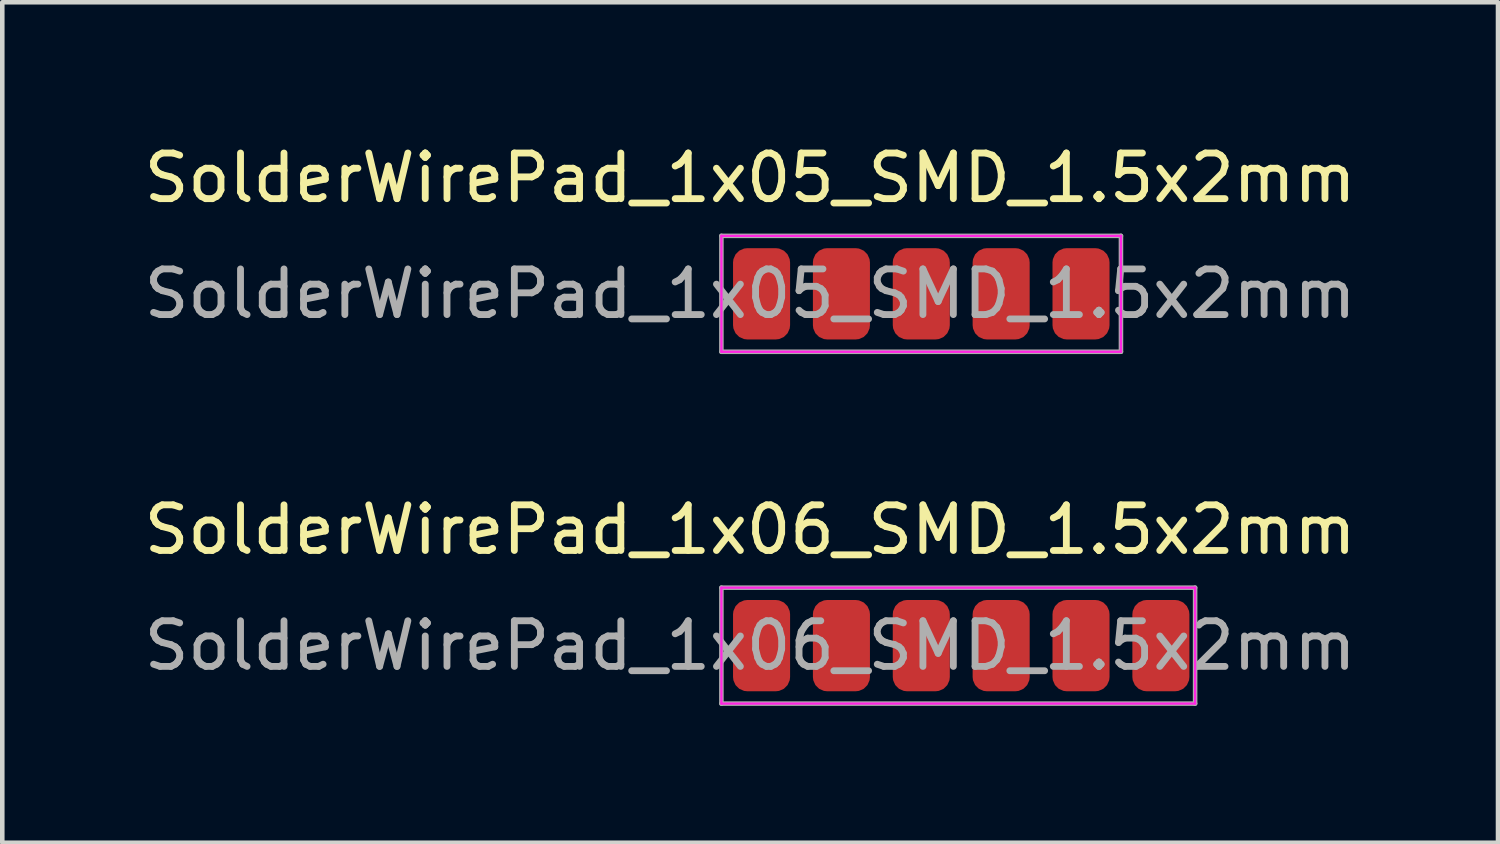
<source format=kicad_pcb>
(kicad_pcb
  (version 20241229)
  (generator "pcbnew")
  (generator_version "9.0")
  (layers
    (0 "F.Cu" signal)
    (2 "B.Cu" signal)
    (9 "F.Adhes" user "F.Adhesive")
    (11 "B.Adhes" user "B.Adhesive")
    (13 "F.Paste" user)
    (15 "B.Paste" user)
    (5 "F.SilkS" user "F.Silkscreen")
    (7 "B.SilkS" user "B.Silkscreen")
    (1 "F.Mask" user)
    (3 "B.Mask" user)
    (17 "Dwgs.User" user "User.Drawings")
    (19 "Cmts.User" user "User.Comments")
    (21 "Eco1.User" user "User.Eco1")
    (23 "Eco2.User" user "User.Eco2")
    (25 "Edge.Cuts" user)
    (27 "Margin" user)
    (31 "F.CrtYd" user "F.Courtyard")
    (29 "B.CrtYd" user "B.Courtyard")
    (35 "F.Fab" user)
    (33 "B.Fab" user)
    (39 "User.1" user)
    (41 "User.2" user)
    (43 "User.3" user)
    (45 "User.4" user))
  (footprint "SolderWirePad_1x06_SMD_1.5x2mm"
    (layer "F.Cu")
    (at 13.387 11.097)
    (property "Reference" "SolderWirePad_1x06_SMD_1.5x2mm" (at 0 -2.54 0) (layer "F.SilkS") (effects (font (size 1 1) (thickness 0.15))))
    (attr exclude_from_pos_files exclude_from_bom)
    (fp_line (start -0.63 -1.27) (end -0.63 1.27) (stroke (width 0.05) (type solid)) (layer "F.CrtYd"))
    (fp_line (start -0.63 1.27) (end 9.75 1.27) (stroke (width 0.05) (type solid)) (layer "F.CrtYd"))
    (fp_line (start 9.75 -1.27) (end -0.63 -1.27) (stroke (width 0.05) (type solid)) (layer "F.CrtYd"))
    (fp_line (start 9.75 1.27) (end 9.75 -1.27) (stroke (width 0.05) (type solid)) (layer "F.CrtYd"))
    (fp_line (start -0.63 -1.27) (end 9.75 -1.27) (stroke (width 0.1) (type solid)) (layer "F.Fab"))
    (fp_line (start -0.63 1.27) (end -0.63 -1.27) (stroke (width 0.1) (type solid)) (layer "F.Fab"))
    (fp_line (start 9.75 -1.27) (end 9.75 1.27) (stroke (width 0.1) (type solid)) (layer "F.Fab"))
    (fp_line (start 9.75 1.27) (end -0.63 1.27) (stroke (width 0.1) (type solid)) (layer "F.Fab"))
    (fp_text user "${REFERENCE}" (at 0 0 0) (layer "F.Fab") (effects (font (size 1 1) (thickness 0.15))))
    (pad "1" smd roundrect (at 0.25 0) (size 1.25 2) (layers "F.Cu" "F.Mask" "F.Paste") (roundrect_rratio 0.25))
    (pad "2" smd roundrect (at 2 0) (size 1.25 2) (layers "F.Cu" "F.Mask" "F.Paste") (roundrect_rratio 0.25))
    (pad "3" smd roundrect (at 3.75 0) (size 1.25 2) (layers "F.Cu" "F.Mask" "F.Paste") (roundrect_rratio 0.25))
    (pad "4" smd roundrect (at 5.5 0) (size 1.25 2) (layers "F.Cu" "F.Mask" "F.Paste") (roundrect_rratio 0.25))
    (pad "5" smd roundrect (at 7.25 0) (size 1.25 2) (layers "F.Cu" "F.Mask" "F.Paste") (roundrect_rratio 0.25))
    (pad "6" smd roundrect (at 9 0) (size 1.25 2) (layers "F.Cu" "F.Mask" "F.Paste") (roundrect_rratio 0.25)))
  (footprint "SolderWirePad_1x05_SMD_1.5x2mm"
    (layer "F.Cu")
    (at 13.387 3.388)
    (property "Reference" "SolderWirePad_1x05_SMD_1.5x2mm" (at 0 -2.54 0) (layer "F.SilkS") (effects (font (size 1 1) (thickness 0.15))))
    (attr exclude_from_pos_files exclude_from_bom)
    (fp_line (start -0.63 -1.27) (end -0.63 1.27) (stroke (width 0.05) (type solid)) (layer "F.CrtYd"))
    (fp_line (start -0.63 1.27) (end 8.125 1.27) (stroke (width 0.05) (type solid)) (layer "F.CrtYd"))
    (fp_line (start 8.125 -1.27) (end -0.63 -1.27) (stroke (width 0.05) (type solid)) (layer "F.CrtYd"))
    (fp_line (start 8.125 1.27) (end 8.125 -1.27) (stroke (width 0.05) (type solid)) (layer "F.CrtYd"))
    (fp_line (start -0.63 -1.27) (end 8.125 -1.27) (stroke (width 0.1) (type solid)) (layer "F.Fab"))
    (fp_line (start -0.63 1.27) (end -0.63 -1.27) (stroke (width 0.1) (type solid)) (layer "F.Fab"))
    (fp_line (start 8.125 -1.27) (end 8.125 1.27) (stroke (width 0.1) (type solid)) (layer "F.Fab"))
    (fp_line (start 8.125 1.27) (end -0.63 1.27) (stroke (width 0.1) (type solid)) (layer "F.Fab"))
    (fp_text user "${REFERENCE}" (at 0 0 0) (layer "F.Fab") (effects (font (size 1 1) (thickness 0.15))))
    (pad "1" smd roundrect (at 0.25 0) (size 1.25 2) (layers "F.Cu" "F.Mask" "F.Paste") (roundrect_rratio 0.25))
    (pad "2" smd roundrect (at 2 0) (size 1.25 2) (layers "F.Cu" "F.Mask" "F.Paste") (roundrect_rratio 0.25))
    (pad "3" smd roundrect (at 3.75 0) (size 1.25 2) (layers "F.Cu" "F.Mask" "F.Paste") (roundrect_rratio 0.25))
    (pad "4" smd roundrect (at 5.5 0) (size 1.25 2) (layers "F.Cu" "F.Mask" "F.Paste") (roundrect_rratio 0.25))
    (pad "5" smd roundrect (at 7.25 0) (size 1.25 2) (layers "F.Cu" "F.Mask" "F.Paste") (roundrect_rratio 0.25)))
  (gr_rect
    (start -3 -3)
    (end 29.774 15.416)
    (stroke (width 0.1) (type default))
    (fill no)
    (layer "Edge.Cuts")))
</source>
